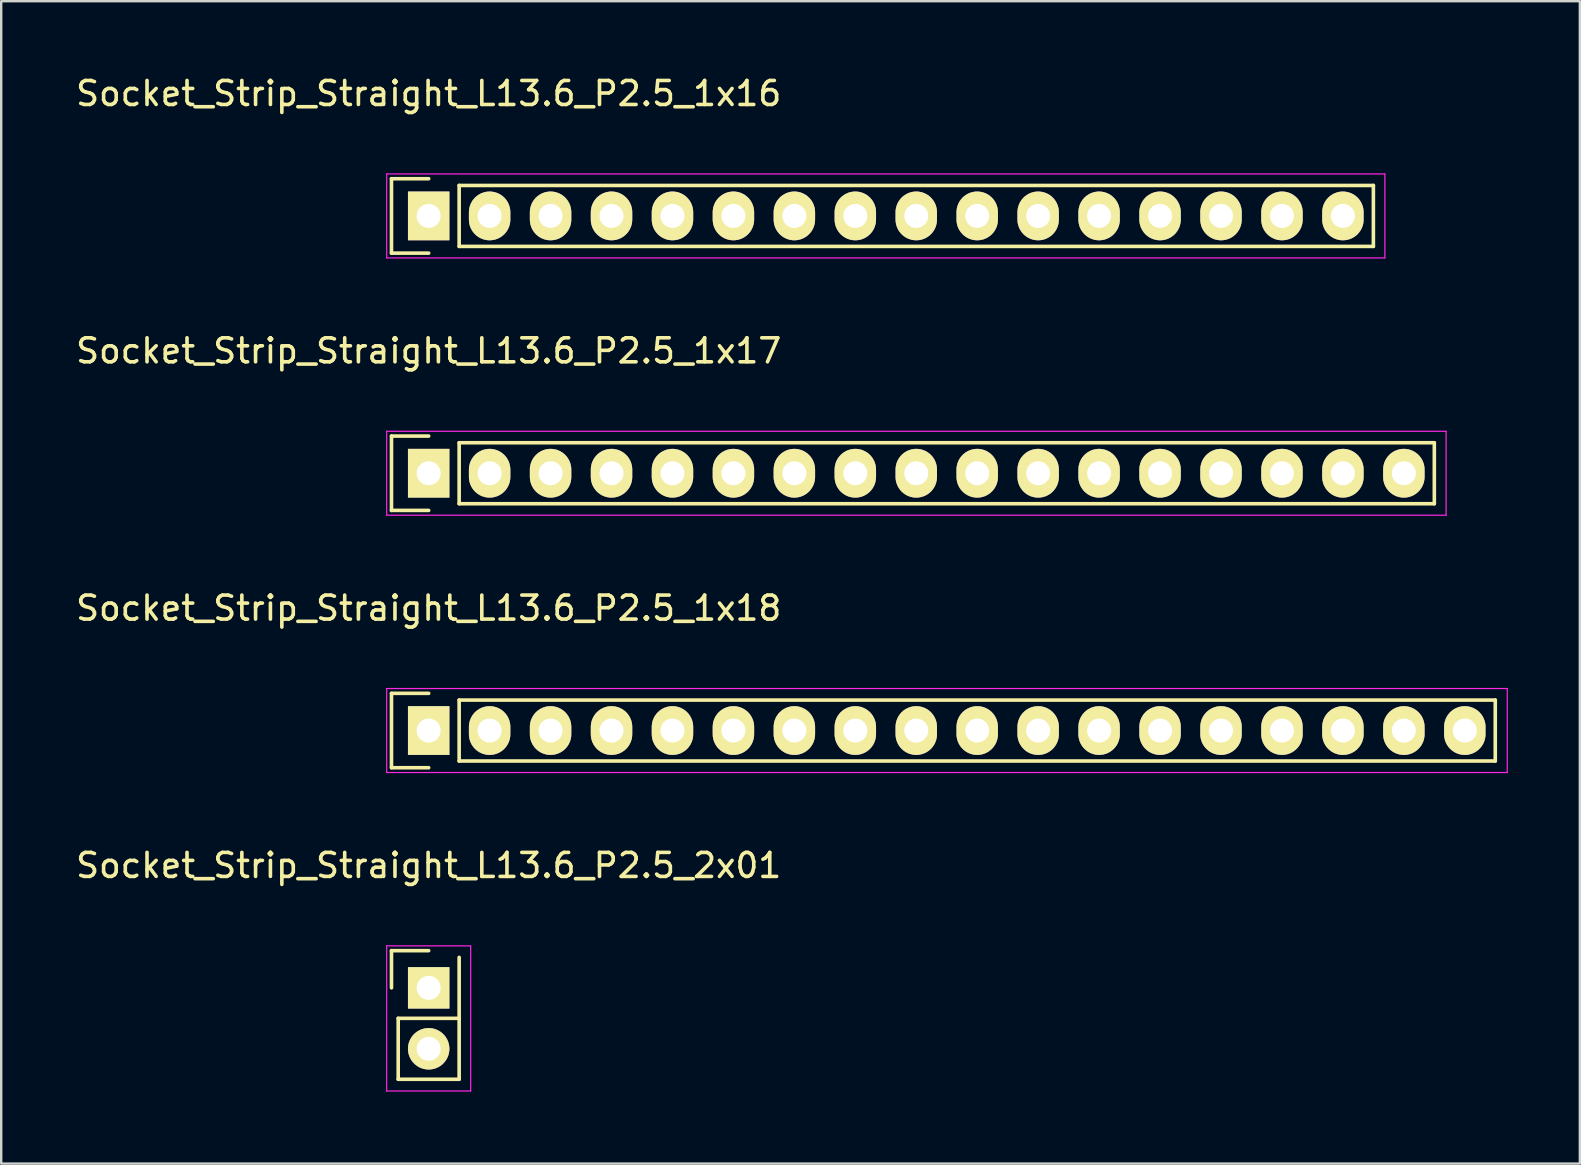
<source format=kicad_pcb>
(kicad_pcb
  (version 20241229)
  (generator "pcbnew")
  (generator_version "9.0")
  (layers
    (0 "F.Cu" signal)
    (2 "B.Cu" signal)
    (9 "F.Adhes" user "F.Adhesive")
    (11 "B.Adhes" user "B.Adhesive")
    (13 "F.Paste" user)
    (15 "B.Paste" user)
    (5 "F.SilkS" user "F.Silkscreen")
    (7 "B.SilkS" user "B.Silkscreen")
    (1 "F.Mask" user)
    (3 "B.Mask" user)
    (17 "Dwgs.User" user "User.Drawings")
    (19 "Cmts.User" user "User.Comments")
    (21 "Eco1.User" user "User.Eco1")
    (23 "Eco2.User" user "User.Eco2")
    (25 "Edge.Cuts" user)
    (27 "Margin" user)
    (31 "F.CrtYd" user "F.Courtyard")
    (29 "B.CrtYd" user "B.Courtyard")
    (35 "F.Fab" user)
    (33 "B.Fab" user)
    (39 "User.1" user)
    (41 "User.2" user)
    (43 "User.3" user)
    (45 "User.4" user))
  (footprint "Socket_Strip_Straight_L13.6_P2.5_1x17"
    (layer "F.Cu")
    (at 14.815 16.672)
    (property "Reference" "Socket_Strip_Straight_L13.6_P2.5_1x17" (at 0 -5.1 0) (layer "F.SilkS") (effects (font (size 1 1) (thickness 0.15))))
    (attr through_hole)
    (fp_line (start -1.55 -1.55) (end -1.55 1.55) (stroke (width 0.15) (type solid)) (layer "F.SilkS"))
    (fp_line (start -1.55 1.55) (end 0 1.55) (stroke (width 0.15) (type solid)) (layer "F.SilkS"))
    (fp_line (start 0 -1.55) (end -1.55 -1.55) (stroke (width 0.15) (type solid)) (layer "F.SilkS"))
    (fp_line (start 1.27 1.27) (end 1.27 -1.27) (stroke (width 0.15) (type solid)) (layer "F.SilkS"))
    (fp_line (start 1.27 1.27) (end 41.91 1.27) (stroke (width 0.15) (type solid)) (layer "F.SilkS"))
    (fp_line (start 41.91 -1.27) (end 1.27 -1.27) (stroke (width 0.15) (type solid)) (layer "F.SilkS"))
    (fp_line (start 41.91 1.27) (end 41.91 -1.27) (stroke (width 0.15) (type solid)) (layer "F.SilkS"))
    (fp_line (start -1.75 -1.75) (end -1.75 1.75) (stroke (width 0.05) (type solid)) (layer "F.CrtYd"))
    (fp_line (start -1.75 -1.75) (end 42.4 -1.75) (stroke (width 0.05) (type solid)) (layer "F.CrtYd"))
    (fp_line (start -1.75 1.75) (end 42.4 1.75) (stroke (width 0.05) (type solid)) (layer "F.CrtYd"))
    (fp_line (start 42.4 -1.75) (end 42.4 1.75) (stroke (width 0.05) (type solid)) (layer "F.CrtYd"))
    (pad "1" thru_hole rect (at 0 0) (size 1.727 2.032) (drill 1) (layers "*.Cu" "*.Mask" "F.SilkS"))
    (pad "2" thru_hole oval (at 2.54 0) (size 1.727 2.032) (drill 1) (layers "*.Cu" "*.Mask" "F.SilkS"))
    (pad "3" thru_hole oval (at 5.08 0) (size 1.727 2.032) (drill 1) (layers "*.Cu" "*.Mask" "F.SilkS"))
    (pad "4" thru_hole oval (at 7.62 0) (size 1.727 2.032) (drill 1) (layers "*.Cu" "*.Mask" "F.SilkS"))
    (pad "5" thru_hole oval (at 10.16 0) (size 1.727 2.032) (drill 1) (layers "*.Cu" "*.Mask" "F.SilkS"))
    (pad "6" thru_hole oval (at 12.7 0) (size 1.727 2.032) (drill 1) (layers "*.Cu" "*.Mask" "F.SilkS"))
    (pad "7" thru_hole oval (at 15.24 0) (size 1.727 2.032) (drill 1) (layers "*.Cu" "*.Mask" "F.SilkS"))
    (pad "8" thru_hole oval (at 17.78 0) (size 1.727 2.032) (drill 1) (layers "*.Cu" "*.Mask" "F.SilkS"))
    (pad "9" thru_hole oval (at 20.32 0) (size 1.727 2.032) (drill 1) (layers "*.Cu" "*.Mask" "F.SilkS"))
    (pad "10" thru_hole oval (at 22.86 0) (size 1.727 2.032) (drill 1) (layers "*.Cu" "*.Mask" "F.SilkS"))
    (pad "11" thru_hole oval (at 25.4 0) (size 1.727 2.032) (drill 1) (layers "*.Cu" "*.Mask" "F.SilkS"))
    (pad "12" thru_hole oval (at 27.94 0) (size 1.727 2.032) (drill 1) (layers "*.Cu" "*.Mask" "F.SilkS"))
    (pad "13" thru_hole oval (at 30.48 0) (size 1.727 2.032) (drill 1) (layers "*.Cu" "*.Mask" "F.SilkS"))
    (pad "14" thru_hole oval (at 33.02 0) (size 1.727 2.032) (drill 1) (layers "*.Cu" "*.Mask" "F.SilkS"))
    (pad "15" thru_hole oval (at 35.56 0) (size 1.727 2.032) (drill 1) (layers "*.Cu" "*.Mask" "F.SilkS"))
    (pad "16" thru_hole oval (at 38.1 0) (size 1.727 2.032) (drill 1) (layers "*.Cu" "*.Mask" "F.SilkS"))
    (pad "17" thru_hole oval (at 40.64 0) (size 1.727 2.032) (drill 1) (layers "*.Cu" "*.Mask" "F.SilkS")))
  (footprint "Socket_Strip_Straight_L13.6_P2.5_1x16"
    (layer "F.Cu")
    (at 14.815 5.948)
    (property "Reference" "Socket_Strip_Straight_L13.6_P2.5_1x16" (at 0 -5.1 0) (layer "F.SilkS") (effects (font (size 1 1) (thickness 0.15))))
    (attr through_hole)
    (fp_line (start -1.55 -1.55) (end -1.55 1.55) (stroke (width 0.15) (type solid)) (layer "F.SilkS"))
    (fp_line (start -1.55 1.55) (end 0 1.55) (stroke (width 0.15) (type solid)) (layer "F.SilkS"))
    (fp_line (start 0 -1.55) (end -1.55 -1.55) (stroke (width 0.15) (type solid)) (layer "F.SilkS"))
    (fp_line (start 1.27 -1.27) (end 39.37 -1.27) (stroke (width 0.15) (type solid)) (layer "F.SilkS"))
    (fp_line (start 1.27 1.27) (end 1.27 -1.27) (stroke (width 0.15) (type solid)) (layer "F.SilkS"))
    (fp_line (start 39.37 -1.27) (end 39.37 1.27) (stroke (width 0.15) (type solid)) (layer "F.SilkS"))
    (fp_line (start 39.37 1.27) (end 1.27 1.27) (stroke (width 0.15) (type solid)) (layer "F.SilkS"))
    (fp_line (start -1.75 -1.75) (end -1.75 1.75) (stroke (width 0.05) (type solid)) (layer "F.CrtYd"))
    (fp_line (start -1.75 -1.75) (end 39.85 -1.75) (stroke (width 0.05) (type solid)) (layer "F.CrtYd"))
    (fp_line (start -1.75 1.75) (end 39.85 1.75) (stroke (width 0.05) (type solid)) (layer "F.CrtYd"))
    (fp_line (start 39.85 -1.75) (end 39.85 1.75) (stroke (width 0.05) (type solid)) (layer "F.CrtYd"))
    (pad "1" thru_hole rect (at 0 0) (size 1.727 2.032) (drill 1) (layers "*.Cu" "*.Mask" "F.SilkS"))
    (pad "2" thru_hole oval (at 2.54 0) (size 1.727 2.032) (drill 1) (layers "*.Cu" "*.Mask" "F.SilkS"))
    (pad "3" thru_hole oval (at 5.08 0) (size 1.727 2.032) (drill 1) (layers "*.Cu" "*.Mask" "F.SilkS"))
    (pad "4" thru_hole oval (at 7.62 0) (size 1.727 2.032) (drill 1) (layers "*.Cu" "*.Mask" "F.SilkS"))
    (pad "5" thru_hole oval (at 10.16 0) (size 1.727 2.032) (drill 1) (layers "*.Cu" "*.Mask" "F.SilkS"))
    (pad "6" thru_hole oval (at 12.7 0) (size 1.727 2.032) (drill 1) (layers "*.Cu" "*.Mask" "F.SilkS"))
    (pad "7" thru_hole oval (at 15.24 0) (size 1.727 2.032) (drill 1) (layers "*.Cu" "*.Mask" "F.SilkS"))
    (pad "8" thru_hole oval (at 17.78 0) (size 1.727 2.032) (drill 1) (layers "*.Cu" "*.Mask" "F.SilkS"))
    (pad "9" thru_hole oval (at 20.32 0) (size 1.727 2.032) (drill 1) (layers "*.Cu" "*.Mask" "F.SilkS"))
    (pad "10" thru_hole oval (at 22.86 0) (size 1.727 2.032) (drill 1) (layers "*.Cu" "*.Mask" "F.SilkS"))
    (pad "11" thru_hole oval (at 25.4 0) (size 1.727 2.032) (drill 1) (layers "*.Cu" "*.Mask" "F.SilkS"))
    (pad "12" thru_hole oval (at 27.94 0) (size 1.727 2.032) (drill 1) (layers "*.Cu" "*.Mask" "F.SilkS"))
    (pad "13" thru_hole oval (at 30.48 0) (size 1.727 2.032) (drill 1) (layers "*.Cu" "*.Mask" "F.SilkS"))
    (pad "14" thru_hole oval (at 33.02 0) (size 1.727 2.032) (drill 1) (layers "*.Cu" "*.Mask" "F.SilkS"))
    (pad "15" thru_hole oval (at 35.56 0) (size 1.727 2.032) (drill 1) (layers "*.Cu" "*.Mask" "F.SilkS"))
    (pad "16" thru_hole oval (at 38.1 0) (size 1.727 2.032) (drill 1) (layers "*.Cu" "*.Mask" "F.SilkS")))
  (footprint "Socket_Strip_Straight_L13.6_P2.5_1x18"
    (layer "F.Cu")
    (at 14.815 27.395)
    (property "Reference" "Socket_Strip_Straight_L13.6_P2.5_1x18" (at 0 -5.1 0) (layer "F.SilkS") (effects (font (size 1 1) (thickness 0.15))))
    (attr through_hole)
    (fp_line (start -1.55 -1.55) (end -1.55 1.55) (stroke (width 0.15) (type solid)) (layer "F.SilkS"))
    (fp_line (start -1.55 1.55) (end 0 1.55) (stroke (width 0.15) (type solid)) (layer "F.SilkS"))
    (fp_line (start 0 -1.55) (end -1.55 -1.55) (stroke (width 0.15) (type solid)) (layer "F.SilkS"))
    (fp_line (start 1.27 1.27) (end 1.27 -1.27) (stroke (width 0.15) (type solid)) (layer "F.SilkS"))
    (fp_line (start 1.27 1.27) (end 44.45 1.27) (stroke (width 0.15) (type solid)) (layer "F.SilkS"))
    (fp_line (start 44.45 -1.27) (end 1.27 -1.27) (stroke (width 0.15) (type solid)) (layer "F.SilkS"))
    (fp_line (start 44.45 1.27) (end 44.45 -1.27) (stroke (width 0.15) (type solid)) (layer "F.SilkS"))
    (fp_line (start -1.75 -1.75) (end -1.75 1.75) (stroke (width 0.05) (type solid)) (layer "F.CrtYd"))
    (fp_line (start -1.75 -1.75) (end 44.95 -1.75) (stroke (width 0.05) (type solid)) (layer "F.CrtYd"))
    (fp_line (start -1.75 1.75) (end 44.95 1.75) (stroke (width 0.05) (type solid)) (layer "F.CrtYd"))
    (fp_line (start 44.95 -1.75) (end 44.95 1.75) (stroke (width 0.05) (type solid)) (layer "F.CrtYd"))
    (pad "1" thru_hole rect (at 0 0) (size 1.727 2.032) (drill 1) (layers "*.Cu" "*.Mask" "F.SilkS"))
    (pad "2" thru_hole oval (at 2.54 0) (size 1.727 2.032) (drill 1) (layers "*.Cu" "*.Mask" "F.SilkS"))
    (pad "3" thru_hole oval (at 5.08 0) (size 1.727 2.032) (drill 1) (layers "*.Cu" "*.Mask" "F.SilkS"))
    (pad "4" thru_hole oval (at 7.62 0) (size 1.727 2.032) (drill 1) (layers "*.Cu" "*.Mask" "F.SilkS"))
    (pad "5" thru_hole oval (at 10.16 0) (size 1.727 2.032) (drill 1) (layers "*.Cu" "*.Mask" "F.SilkS"))
    (pad "6" thru_hole oval (at 12.7 0) (size 1.727 2.032) (drill 1) (layers "*.Cu" "*.Mask" "F.SilkS"))
    (pad "7" thru_hole oval (at 15.24 0) (size 1.727 2.032) (drill 1) (layers "*.Cu" "*.Mask" "F.SilkS"))
    (pad "8" thru_hole oval (at 17.78 0) (size 1.727 2.032) (drill 1) (layers "*.Cu" "*.Mask" "F.SilkS"))
    (pad "9" thru_hole oval (at 20.32 0) (size 1.727 2.032) (drill 1) (layers "*.Cu" "*.Mask" "F.SilkS"))
    (pad "10" thru_hole oval (at 22.86 0) (size 1.727 2.032) (drill 1) (layers "*.Cu" "*.Mask" "F.SilkS"))
    (pad "11" thru_hole oval (at 25.4 0) (size 1.727 2.032) (drill 1) (layers "*.Cu" "*.Mask" "F.SilkS"))
    (pad "12" thru_hole oval (at 27.94 0) (size 1.727 2.032) (drill 1) (layers "*.Cu" "*.Mask" "F.SilkS"))
    (pad "13" thru_hole oval (at 30.48 0) (size 1.727 2.032) (drill 1) (layers "*.Cu" "*.Mask" "F.SilkS"))
    (pad "14" thru_hole oval (at 33.02 0) (size 1.727 2.032) (drill 1) (layers "*.Cu" "*.Mask" "F.SilkS"))
    (pad "15" thru_hole oval (at 35.56 0) (size 1.727 2.032) (drill 1) (layers "*.Cu" "*.Mask" "F.SilkS"))
    (pad "16" thru_hole oval (at 38.1 0) (size 1.727 2.032) (drill 1) (layers "*.Cu" "*.Mask" "F.SilkS"))
    (pad "17" thru_hole oval (at 40.64 0) (size 1.727 2.032) (drill 1) (layers "*.Cu" "*.Mask" "F.SilkS"))
    (pad "18" thru_hole oval (at 43.18 0) (size 1.727 2.032) (drill 1) (layers "*.Cu" "*.Mask" "F.SilkS")))
  (footprint "Socket_Strip_Straight_L13.6_P2.5_2x01"
    (layer "F.Cu")
    (at 14.815 38.118)
    (property "Reference" "Socket_Strip_Straight_L13.6_P2.5_2x01" (at 0 -5.1 0) (layer "F.SilkS") (effects (font (size 1 1) (thickness 0.15))))
    (attr through_hole)
    (fp_line (start -1.55 -1.55) (end -1.55 0) (stroke (width 0.15) (type solid)) (layer "F.SilkS"))
    (fp_line (start -1.27 1.27) (end -1.27 3.81) (stroke (width 0.15) (type solid)) (layer "F.SilkS"))
    (fp_line (start -1.27 3.81) (end 1.27 3.81) (stroke (width 0.15) (type solid)) (layer "F.SilkS"))
    (fp_line (start 0 -1.55) (end -1.55 -1.55) (stroke (width 0.15) (type solid)) (layer "F.SilkS"))
    (fp_line (start 1.27 1.27) (end -1.27 1.27) (stroke (width 0.15) (type solid)) (layer "F.SilkS"))
    (fp_line (start 1.27 1.27) (end 1.27 -1.27) (stroke (width 0.15) (type solid)) (layer "F.SilkS"))
    (fp_line (start 1.27 3.81) (end 1.27 1.27) (stroke (width 0.15) (type solid)) (layer "F.SilkS"))
    (fp_line (start -1.75 -1.75) (end -1.75 4.3) (stroke (width 0.05) (type solid)) (layer "F.CrtYd"))
    (fp_line (start -1.75 -1.75) (end 1.75 -1.75) (stroke (width 0.05) (type solid)) (layer "F.CrtYd"))
    (fp_line (start -1.75 4.3) (end 1.75 4.3) (stroke (width 0.05) (type solid)) (layer "F.CrtYd"))
    (fp_line (start 1.75 -1.75) (end 1.75 4.3) (stroke (width 0.05) (type solid)) (layer "F.CrtYd"))
    (pad "1" thru_hole rect (at 0 0) (size 1.727 1.727) (drill 1) (layers "*.Cu" "*.Mask" "F.SilkS"))
    (pad "2" thru_hole oval (at 0 2.54) (size 1.727 1.727) (drill 1) (layers "*.Cu" "*.Mask" "F.SilkS")))
  (gr_rect
    (start -3 -3)
    (end 62.79 45.443)
    (stroke (width 0.1) (type default))
    (fill no)
    (layer "Edge.Cuts")))
</source>
